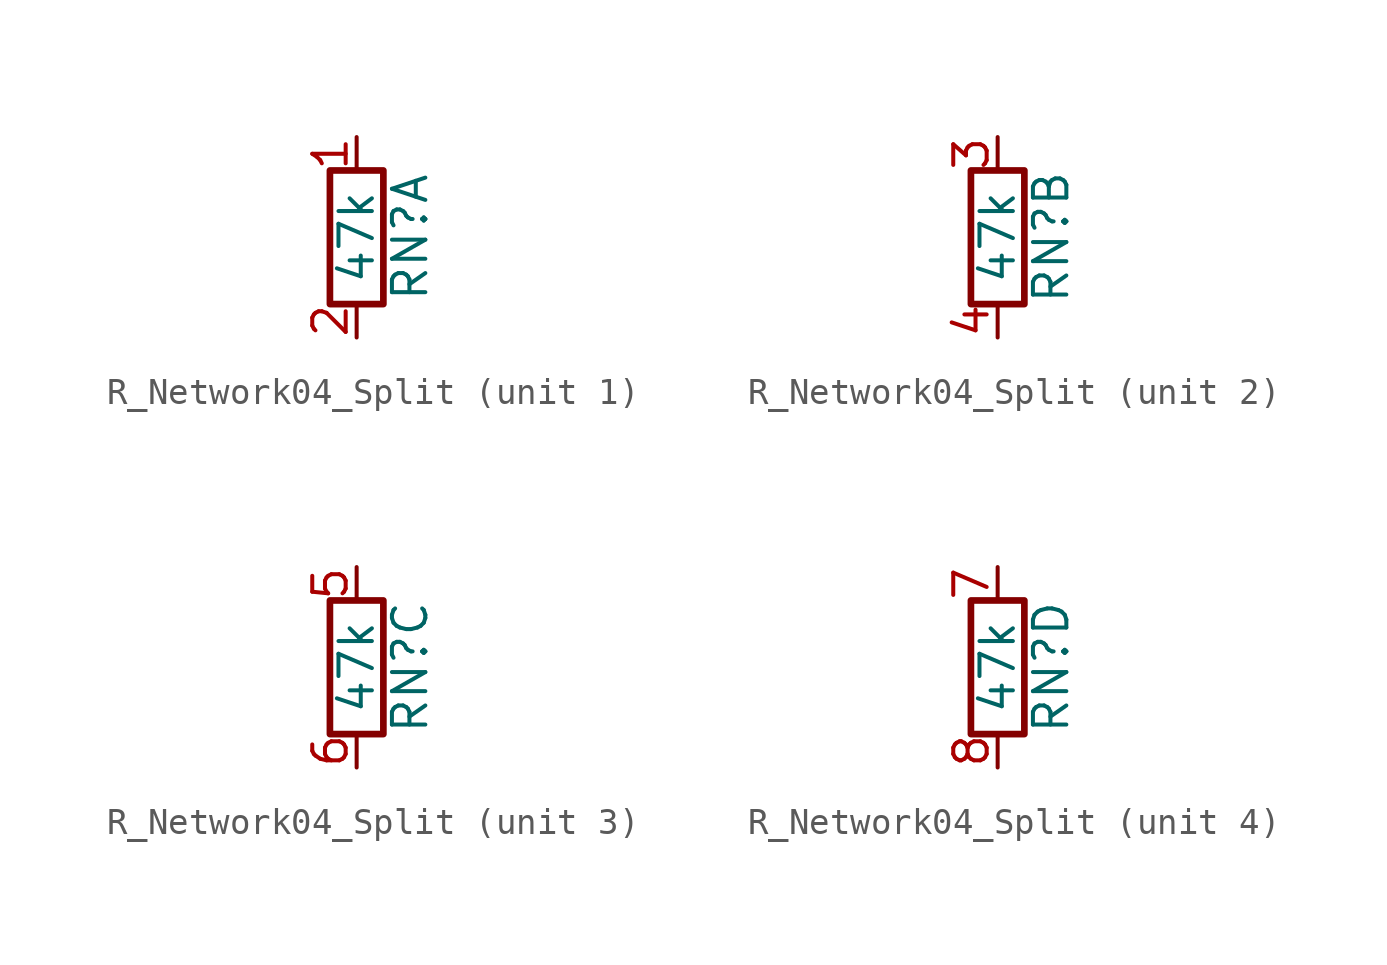
<source format=kicad_sym>
(kicad_symbol_lib
  (version 20241209)
  (generator "kicad_symbol_editor")
  (generator_version "9.0")
  (symbol "R_Network04_Split"
    (pin_names
      (offset 0)
      (hide yes))
    (property "Reference" "RN"
      (at 2.032 0 90)
      (effects (font (size 1.27 1.27))))
    (property "Value" "47k"
      (at 0 0 90)
      (effects (font (size 1.27 1.27))))
    (symbol "R_Network04_Split_0_1"
      (rectangle (start 1.016 2.54) (end -1.016 -2.54) (stroke (width 0.254) (type default)) (fill (type none))))
    (symbol "R_Network04_Split_1_1"
      (pin passive line (at 0 3.81 270) (length 1.27) (name "1" (effects (font (size 1.27 1.27)))) (number "1" (effects (font (size 1.27 1.27)))))
      (pin passive line (at 0 -3.81 90) (length 1.27) (name "2" (effects (font (size 1.27 1.27)))) (number "2" (effects (font (size 1.27 1.27))))))
    (symbol "R_Network04_Split_2_1"
      (pin passive line (at 0 3.81 270) (length 1.27) (name "3" (effects (font (size 1.27 1.27)))) (number "3" (effects (font (size 1.27 1.27)))))
      (pin passive line (at 0 -3.81 90) (length 1.27) (name "4" (effects (font (size 1.27 1.27)))) (number "4" (effects (font (size 1.27 1.27))))))
    (symbol "R_Network04_Split_3_1"
      (pin passive line (at 0 3.81 270) (length 1.27) (name "5" (effects (font (size 1.27 1.27)))) (number "5" (effects (font (size 1.27 1.27)))))
      (pin passive line (at 0 -3.81 90) (length 1.27) (name "6" (effects (font (size 1.27 1.27)))) (number "6" (effects (font (size 1.27 1.27))))))
    (symbol "R_Network04_Split_4_1"
      (pin passive line (at 0 3.81 270) (length 1.27) (name "7" (effects (font (size 1.27 1.27)))) (number "7" (effects (font (size 1.27 1.27)))))
      (pin passive line (at 0 -3.81 90) (length 1.27) (name "8" (effects (font (size 1.27 1.27)))) (number "8" (effects (font (size 1.27 1.27))))))))
</source>
